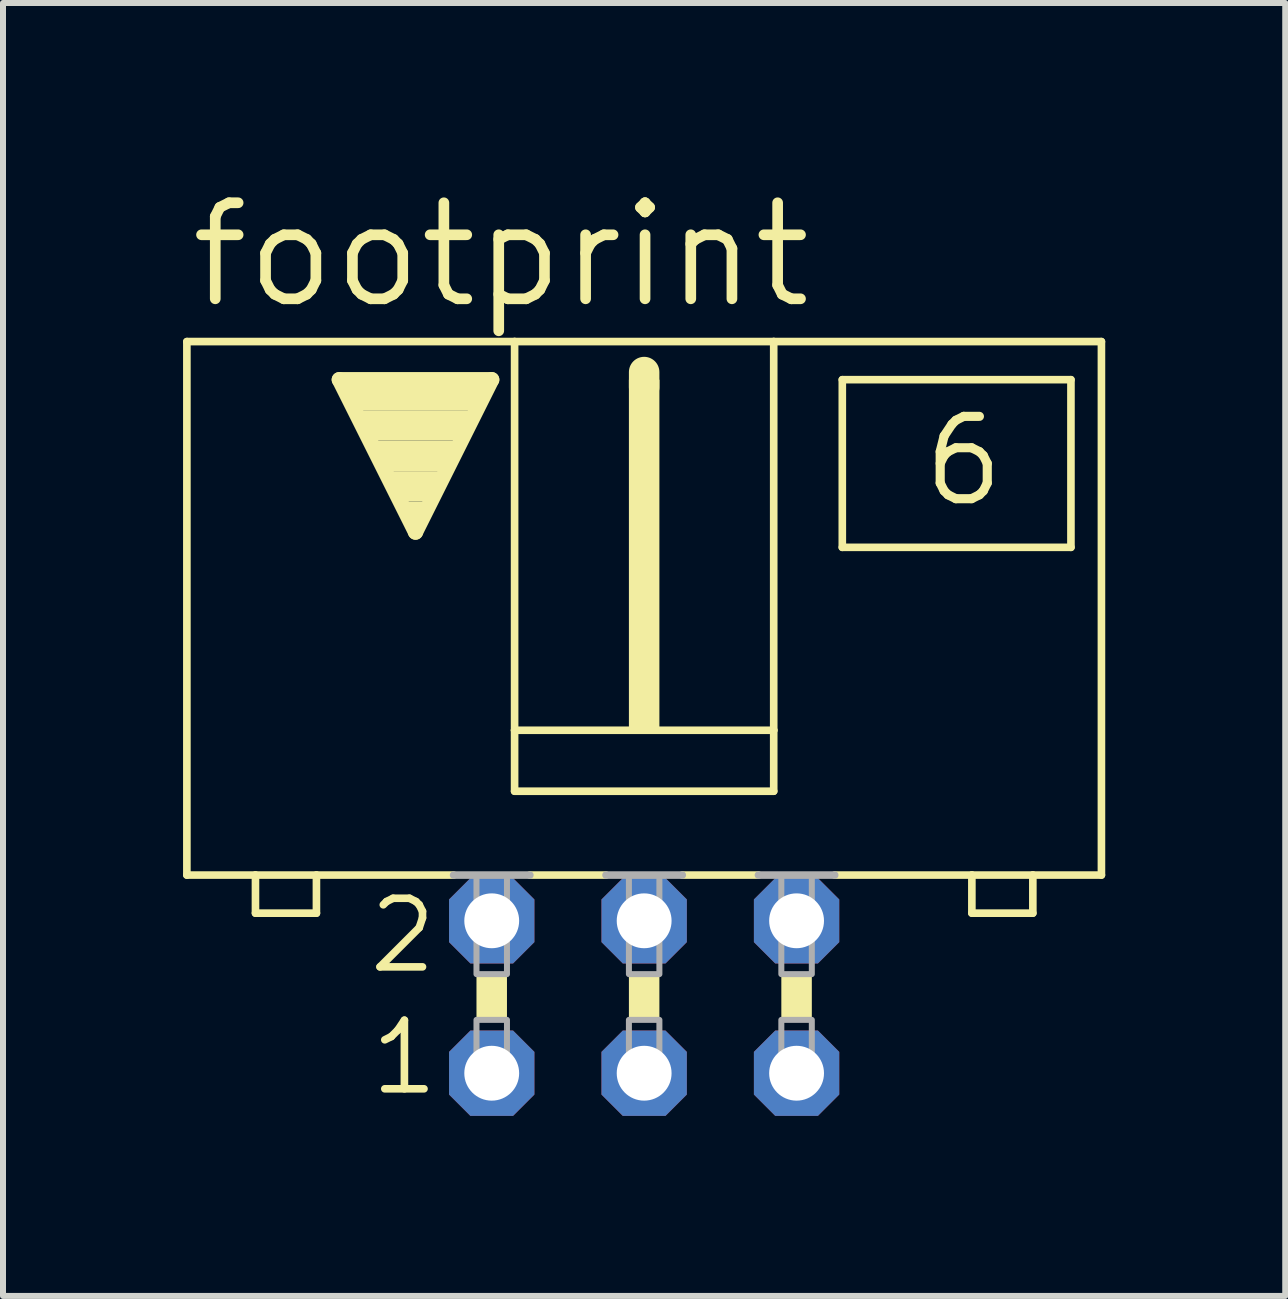
<source format=kicad_pcb>
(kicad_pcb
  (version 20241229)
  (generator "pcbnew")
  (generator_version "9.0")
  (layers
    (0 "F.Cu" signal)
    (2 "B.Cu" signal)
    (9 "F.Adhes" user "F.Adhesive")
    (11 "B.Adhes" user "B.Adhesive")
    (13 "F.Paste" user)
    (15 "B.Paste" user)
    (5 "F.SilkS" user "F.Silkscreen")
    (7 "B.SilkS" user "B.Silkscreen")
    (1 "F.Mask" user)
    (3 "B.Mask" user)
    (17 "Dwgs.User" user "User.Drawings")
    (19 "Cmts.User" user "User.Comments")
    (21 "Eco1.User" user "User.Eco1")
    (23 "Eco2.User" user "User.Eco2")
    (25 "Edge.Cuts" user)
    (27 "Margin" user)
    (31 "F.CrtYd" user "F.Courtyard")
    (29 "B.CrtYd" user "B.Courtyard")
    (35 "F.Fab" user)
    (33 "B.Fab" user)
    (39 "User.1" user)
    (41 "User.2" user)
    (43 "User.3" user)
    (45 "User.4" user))
  (footprint "footprint"
    (layer "F.Cu")
    (at 7.684 13.564)
    (property "Reference" "footprint" (at -7.645 -11.43 0) (layer "F.SilkS") (effects (font (size 1.6 1.6) (thickness 0.178)) (justify left bottom)))
    (fp_line (start -7.62 -10.922) (end -7.62 -2.032) (stroke (width 0.127) (type solid)) (layer "F.SilkS"))
    (fp_line (start -7.62 -2.032) (end -6.477 -2.032) (stroke (width 0.127) (type solid)) (layer "F.SilkS"))
    (fp_line (start -6.477 -2.032) (end -6.477 -1.397) (stroke (width 0.127) (type solid)) (layer "F.SilkS"))
    (fp_line (start -6.477 -2.032) (end -5.461 -2.032) (stroke (width 0.127) (type solid)) (layer "F.SilkS"))
    (fp_line (start -5.461 -2.032) (end -5.461 -1.397) (stroke (width 0.127) (type solid)) (layer "F.SilkS"))
    (fp_line (start -5.461 -2.032) (end -3.175 -2.032) (stroke (width 0.127) (type solid)) (layer "F.SilkS"))
    (fp_line (start -5.461 -1.397) (end -6.477 -1.397) (stroke (width 0.127) (type solid)) (layer "F.SilkS"))
    (fp_line (start -5.08 -10.287) (end -2.54 -10.287) (stroke (width 0.254) (type solid)) (layer "F.SilkS"))
    (fp_line (start -3.81 -7.747) (end -5.08 -10.287) (stroke (width 0.254) (type solid)) (layer "F.SilkS"))
    (fp_line (start -2.54 -10.287) (end -3.81 -7.747) (stroke (width 0.254) (type solid)) (layer "F.SilkS"))
    (fp_line (start -2.159 -10.922) (end -7.62 -10.922) (stroke (width 0.127) (type solid)) (layer "F.SilkS"))
    (fp_line (start -2.159 -10.922) (end -2.159 -4.445) (stroke (width 0.127) (type solid)) (layer "F.SilkS"))
    (fp_line (start -2.159 -10.922) (end 2.159 -10.922) (stroke (width 0.127) (type solid)) (layer "F.SilkS"))
    (fp_line (start -2.159 -4.445) (end -2.159 -3.429) (stroke (width 0.127) (type solid)) (layer "F.SilkS"))
    (fp_line (start -1.905 -2.032) (end -0.635 -2.032) (stroke (width 0.127) (type solid)) (layer "F.SilkS"))
    (fp_line (start 0 -10.16) (end 0 -10.414) (stroke (width 0.508) (type solid)) (layer "F.SilkS"))
    (fp_line (start 0.635 -2.032) (end 1.905 -2.032) (stroke (width 0.127) (type solid)) (layer "F.SilkS"))
    (fp_line (start 2.159 -10.922) (end 2.159 -4.445) (stroke (width 0.127) (type solid)) (layer "F.SilkS"))
    (fp_line (start 2.159 -10.922) (end 7.62 -10.922) (stroke (width 0.127) (type solid)) (layer "F.SilkS"))
    (fp_line (start 2.159 -4.445) (end -2.159 -4.445) (stroke (width 0.127) (type solid)) (layer "F.SilkS"))
    (fp_line (start 2.159 -4.445) (end 2.159 -3.429) (stroke (width 0.127) (type solid)) (layer "F.SilkS"))
    (fp_line (start 2.159 -3.429) (end -2.159 -3.429) (stroke (width 0.127) (type solid)) (layer "F.SilkS"))
    (fp_line (start 3.302 -10.287) (end 3.302 -7.493) (stroke (width 0.127) (type solid)) (layer "F.SilkS"))
    (fp_line (start 3.302 -7.493) (end 7.112 -7.493) (stroke (width 0.127) (type solid)) (layer "F.SilkS"))
    (fp_line (start 5.461 -2.032) (end 3.175 -2.032) (stroke (width 0.127) (type solid)) (layer "F.SilkS"))
    (fp_line (start 5.461 -2.032) (end 5.461 -1.397) (stroke (width 0.127) (type solid)) (layer "F.SilkS"))
    (fp_line (start 5.461 -1.397) (end 6.477 -1.397) (stroke (width 0.127) (type solid)) (layer "F.SilkS"))
    (fp_line (start 6.477 -2.032) (end 5.461 -2.032) (stroke (width 0.127) (type solid)) (layer "F.SilkS"))
    (fp_line (start 6.477 -2.032) (end 6.477 -1.397) (stroke (width 0.127) (type solid)) (layer "F.SilkS"))
    (fp_line (start 7.112 -10.287) (end 3.302 -10.287) (stroke (width 0.127) (type solid)) (layer "F.SilkS"))
    (fp_line (start 7.112 -10.287) (end 7.112 -7.493) (stroke (width 0.127) (type solid)) (layer "F.SilkS"))
    (fp_line (start 7.62 -10.922) (end 7.62 -2.032) (stroke (width 0.127) (type solid)) (layer "F.SilkS"))
    (fp_line (start 7.62 -2.032) (end 6.477 -2.032) (stroke (width 0.127) (type solid)) (layer "F.SilkS"))
    (fp_poly (pts (xy -4.953 -9.779) (xy -2.667 -9.779) (xy -2.667 -10.287) (xy -4.953 -10.287)) (stroke (width 0) (type solid)) (fill yes) (layer "F.SilkS"))
    (fp_poly (pts (xy -4.699 -9.271) (xy -2.921 -9.271) (xy -2.921 -9.779) (xy -4.699 -9.779)) (stroke (width 0) (type solid)) (fill yes) (layer "F.SilkS"))
    (fp_poly (pts (xy -4.445 -8.763) (xy -3.175 -8.763) (xy -3.175 -9.271) (xy -4.445 -9.271)) (stroke (width 0) (type solid)) (fill yes) (layer "F.SilkS"))
    (fp_poly (pts (xy -4.191 -8.255) (xy -3.429 -8.255) (xy -3.429 -8.763) (xy -4.191 -8.763)) (stroke (width 0) (type solid)) (fill yes) (layer "F.SilkS"))
    (fp_poly (pts (xy -3.937 -8.001) (xy -3.683 -8.001) (xy -3.683 -8.255) (xy -3.937 -8.255)) (stroke (width 0) (type solid)) (fill yes) (layer "F.SilkS"))
    (fp_poly (pts (xy -2.794 0.381) (xy -2.286 0.381) (xy -2.286 -0.381) (xy -2.794 -0.381)) (stroke (width 0) (type solid)) (fill yes) (layer "F.SilkS"))
    (fp_poly (pts (xy -0.254 -4.445) (xy 0.254 -4.445) (xy 0.254 -10.287) (xy -0.254 -10.287)) (stroke (width 0) (type solid)) (fill yes) (layer "F.SilkS"))
    (fp_poly (pts (xy -0.254 0.381) (xy 0.254 0.381) (xy 0.254 -0.381) (xy -0.254 -0.381)) (stroke (width 0) (type solid)) (fill yes) (layer "F.SilkS"))
    (fp_poly (pts (xy 2.286 0.381) (xy 2.794 0.381) (xy 2.794 -0.381) (xy 2.286 -0.381)) (stroke (width 0) (type solid)) (fill yes) (layer "F.SilkS"))
    (fp_line (start -3.175 -2.032) (end -1.905 -2.032) (stroke (width 0.127) (type solid)) (layer "F.Fab"))
    (fp_line (start -0.635 -2.032) (end 0.635 -2.032) (stroke (width 0.127) (type solid)) (layer "F.Fab"))
    (fp_line (start 1.905 -2.032) (end 3.175 -2.032) (stroke (width 0.127) (type solid)) (layer "F.Fab"))
    (fp_poly (pts (xy -2.794 -0.381) (xy -2.286 -0.381) (xy -2.286 -2.032) (xy -2.794 -2.032)) (stroke (width 0.1) (type solid)) (fill no) (layer "F.Fab"))
    (fp_poly (pts (xy -2.794 1.524) (xy -2.286 1.524) (xy -2.286 0.381) (xy -2.794 0.381)) (stroke (width 0.1) (type solid)) (fill no) (layer "F.Fab"))
    (fp_poly (pts (xy -0.254 -0.381) (xy 0.254 -0.381) (xy 0.254 -2.032) (xy -0.254 -2.032)) (stroke (width 0.1) (type solid)) (fill no) (layer "F.Fab"))
    (fp_poly (pts (xy -0.254 1.524) (xy 0.254 1.524) (xy 0.254 0.381) (xy -0.254 0.381)) (stroke (width 0.1) (type solid)) (fill no) (layer "F.Fab"))
    (fp_poly (pts (xy 2.286 -0.381) (xy 2.794 -0.381) (xy 2.794 -2.032) (xy 2.286 -2.032)) (stroke (width 0.1) (type solid)) (fill no) (layer "F.Fab"))
    (fp_poly (pts (xy 2.286 1.524) (xy 2.794 1.524) (xy 2.794 0.381) (xy 2.286 0.381)) (stroke (width 0.1) (type solid)) (fill no) (layer "F.Fab"))
    (fp_text user "2" (at -4.648 -0.356 0) (layer "F.SilkS") (effects (font (size 1.143 1.143) (thickness 0.127)) (justify left bottom)))
    (fp_text user "1" (at -4.623 1.676 0) (layer "F.SilkS") (effects (font (size 1.143 1.143) (thickness 0.127)) (justify left bottom)))
    (fp_text user "6" (at 4.572 -8.128 0) (layer "F.SilkS") (effects (font (size 1.372 1.372) (thickness 0.152)) (justify left bottom)))
    (pad "1" thru_hole roundrect (at -2.54 1.27) (size 1.422 1.422) (drill 0.914) (layers "*.Cu" "*.Mask") (roundrect_rratio 0.25) (chamfer_ratio 0.25) (chamfer top_left top_right bottom_left bottom_right))
    (pad "2" thru_hole roundrect (at -2.54 -1.27) (size 1.422 1.422) (drill 0.914) (layers "*.Cu" "*.Mask") (roundrect_rratio 0.25) (chamfer_ratio 0.25) (chamfer top_left top_right bottom_left bottom_right))
    (pad "3" thru_hole roundrect (at 0 1.27) (size 1.422 1.422) (drill 0.914) (layers "*.Cu" "*.Mask") (roundrect_rratio 0.25) (chamfer_ratio 0.25) (chamfer top_left top_right bottom_left bottom_right))
    (pad "4" thru_hole roundrect (at 0 -1.27) (size 1.422 1.422) (drill 0.914) (layers "*.Cu" "*.Mask") (roundrect_rratio 0.25) (chamfer_ratio 0.25) (chamfer top_left top_right bottom_left bottom_right))
    (pad "5" thru_hole roundrect (at 2.54 1.27) (size 1.422 1.422) (drill 0.914) (layers "*.Cu" "*.Mask") (roundrect_rratio 0.25) (chamfer_ratio 0.25) (chamfer top_left top_right bottom_left bottom_right))
    (pad "6" thru_hole roundrect (at 2.54 -1.27) (size 1.422 1.422) (drill 0.914) (layers "*.Cu" "*.Mask") (roundrect_rratio 0.25) (chamfer_ratio 0.25) (chamfer top_left top_right bottom_left bottom_right)))
  (gr_rect
    (start -3 -3)
    (end 18.367 18.545)
    (stroke (width 0.1) (type default))
    (fill no)
    (layer "Edge.Cuts")))
</source>
